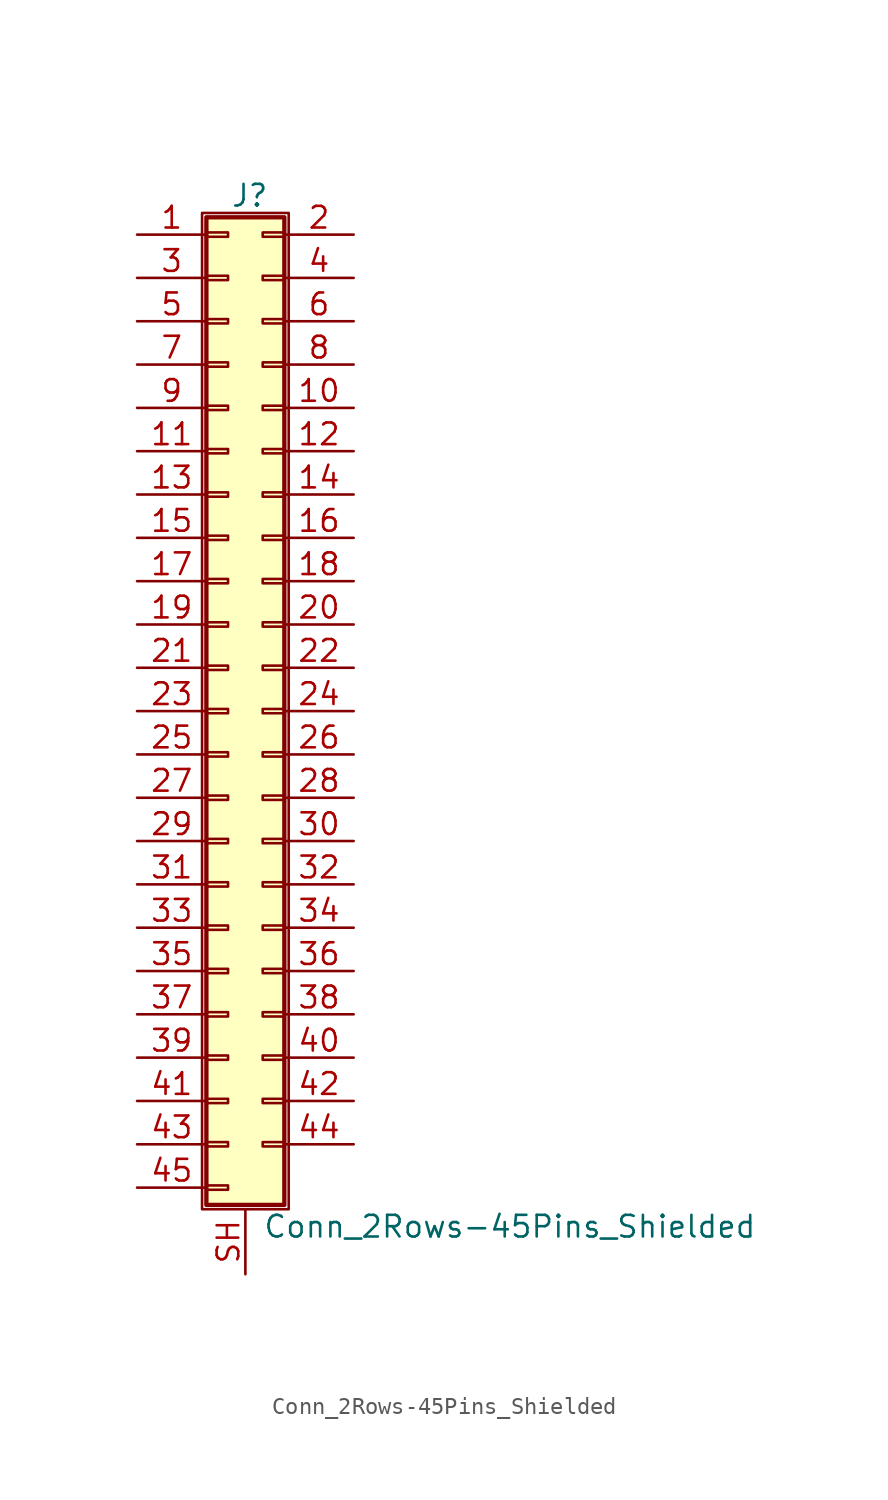
<source format=kicad_sym>
(kicad_symbol_lib
  (version 20201005)
  (generator kicad_symbol_editor)
  (symbol "Conn_2Rows-45Pins_Shielded"
    (pin_names
      (offset 1.016) hide)
    (property "Reference" "J"
      (at 1.524 30.226 0)
      (effects (font (size 1.27 1.27))))
    (property "Value" "Conn_2Rows-45Pins_Shielded"
      (at 2.286 -30.226 0)
      (effects (font (size 1.27 1.27)) (justify left)))
    (symbol "Conn_2Rows-45Pins_Shielded_1_1"
      (rectangle (start -1.27 29.21) (end 3.81 -29.21) (stroke (width 0.152)) (fill (type none)))
      (rectangle (start -1.016 -27.813) (end 0.254 -28.067) (stroke (width 0.152)) (fill (type none)))
      (rectangle (start -1.016 -25.273) (end 0.254 -25.527) (stroke (width 0.152)) (fill (type none)))
      (rectangle (start -1.016 -22.733) (end 0.254 -22.987) (stroke (width 0.152)) (fill (type none)))
      (rectangle (start -1.016 -20.193) (end 0.254 -20.447) (stroke (width 0.152)) (fill (type none)))
      (rectangle (start -1.016 -17.653) (end 0.254 -17.907) (stroke (width 0.152)) (fill (type none)))
      (rectangle (start -1.016 -15.113) (end 0.254 -15.367) (stroke (width 0.152)) (fill (type none)))
      (rectangle (start -1.016 -12.573) (end 0.254 -12.827) (stroke (width 0.152)) (fill (type none)))
      (rectangle (start -1.016 -10.033) (end 0.254 -10.287) (stroke (width 0.152)) (fill (type none)))
      (rectangle (start -1.016 -7.493) (end 0.254 -7.747) (stroke (width 0.152)) (fill (type none)))
      (rectangle (start -1.016 -4.953) (end 0.254 -5.207) (stroke (width 0.152)) (fill (type none)))
      (rectangle (start -1.016 -2.413) (end 0.254 -2.667) (stroke (width 0.152)) (fill (type none)))
      (rectangle (start -1.016 0.127) (end 0.254 -0.127) (stroke (width 0.152)) (fill (type none)))
      (rectangle (start -1.016 2.667) (end 0.254 2.413) (stroke (width 0.152)) (fill (type none)))
      (rectangle (start -1.016 5.207) (end 0.254 4.953) (stroke (width 0.152)) (fill (type none)))
      (rectangle (start -1.016 7.747) (end 0.254 7.493) (stroke (width 0.152)) (fill (type none)))
      (rectangle (start -1.016 10.287) (end 0.254 10.033) (stroke (width 0.152)) (fill (type none)))
      (rectangle (start -1.016 12.827) (end 0.254 12.573) (stroke (width 0.152)) (fill (type none)))
      (rectangle (start -1.016 15.367) (end 0.254 15.113) (stroke (width 0.152)) (fill (type none)))
      (rectangle (start -1.016 17.907) (end 0.254 17.653) (stroke (width 0.152)) (fill (type none)))
      (rectangle (start -1.016 20.447) (end 0.254 20.193) (stroke (width 0.152)) (fill (type none)))
      (rectangle (start -1.016 22.987) (end 0.254 22.733) (stroke (width 0.152)) (fill (type none)))
      (rectangle (start -1.016 25.527) (end 0.254 25.273) (stroke (width 0.152)) (fill (type none)))
      (rectangle (start -1.016 28.067) (end 0.254 27.813) (stroke (width 0.152)) (fill (type none)))
      (rectangle (start -1.016 28.956) (end 3.556 -28.956) (stroke (width 0.254)) (fill (type background)))
      (rectangle (start 3.556 -25.273) (end 2.286 -25.527) (stroke (width 0.152)) (fill (type none)))
      (rectangle (start 3.556 -22.733) (end 2.286 -22.987) (stroke (width 0.152)) (fill (type none)))
      (rectangle (start 3.556 -20.193) (end 2.286 -20.447) (stroke (width 0.152)) (fill (type none)))
      (rectangle (start 3.556 -17.653) (end 2.286 -17.907) (stroke (width 0.152)) (fill (type none)))
      (rectangle (start 3.556 -15.113) (end 2.286 -15.367) (stroke (width 0.152)) (fill (type none)))
      (rectangle (start 3.556 -12.573) (end 2.286 -12.827) (stroke (width 0.152)) (fill (type none)))
      (rectangle (start 3.556 -10.033) (end 2.286 -10.287) (stroke (width 0.152)) (fill (type none)))
      (rectangle (start 3.556 -7.493) (end 2.286 -7.747) (stroke (width 0.152)) (fill (type none)))
      (rectangle (start 3.556 -4.953) (end 2.286 -5.207) (stroke (width 0.152)) (fill (type none)))
      (rectangle (start 3.556 -2.413) (end 2.286 -2.667) (stroke (width 0.152)) (fill (type none)))
      (rectangle (start 3.556 0.127) (end 2.286 -0.127) (stroke (width 0.152)) (fill (type none)))
      (rectangle (start 3.556 2.667) (end 2.286 2.413) (stroke (width 0.152)) (fill (type none)))
      (rectangle (start 3.556 5.207) (end 2.286 4.953) (stroke (width 0.152)) (fill (type none)))
      (rectangle (start 3.556 7.747) (end 2.286 7.493) (stroke (width 0.152)) (fill (type none)))
      (rectangle (start 3.556 10.287) (end 2.286 10.033) (stroke (width 0.152)) (fill (type none)))
      (rectangle (start 3.556 12.827) (end 2.286 12.573) (stroke (width 0.152)) (fill (type none)))
      (rectangle (start 3.556 15.367) (end 2.286 15.113) (stroke (width 0.152)) (fill (type none)))
      (rectangle (start 3.556 17.907) (end 2.286 17.653) (stroke (width 0.152)) (fill (type none)))
      (rectangle (start 3.556 20.447) (end 2.286 20.193) (stroke (width 0.152)) (fill (type none)))
      (rectangle (start 3.556 22.987) (end 2.286 22.733) (stroke (width 0.152)) (fill (type none)))
      (rectangle (start 3.556 25.527) (end 2.286 25.273) (stroke (width 0.152)) (fill (type none)))
      (rectangle (start 3.556 28.067) (end 2.286 27.813) (stroke (width 0.152)) (fill (type none)))
      (pin passive line (at -5.08 27.94 0) (length 4.064) (name "Pin_1" (effects (font (size 1.27 1.27)))) (number "1" (effects (font (size 1.27 1.27)))))
      (pin passive line (at 7.62 17.78 180) (length 4.064) (name "Pin_10" (effects (font (size 1.27 1.27)))) (number "10" (effects (font (size 1.27 1.27)))))
      (pin passive line (at -5.08 15.24 0) (length 4.064) (name "Pin_11" (effects (font (size 1.27 1.27)))) (number "11" (effects (font (size 1.27 1.27)))))
      (pin passive line (at 7.62 15.24 180) (length 4.064) (name "Pin_12" (effects (font (size 1.27 1.27)))) (number "12" (effects (font (size 1.27 1.27)))))
      (pin passive line (at -5.08 12.7 0) (length 4.064) (name "Pin_13" (effects (font (size 1.27 1.27)))) (number "13" (effects (font (size 1.27 1.27)))))
      (pin passive line (at 7.62 12.7 180) (length 4.064) (name "Pin_14" (effects (font (size 1.27 1.27)))) (number "14" (effects (font (size 1.27 1.27)))))
      (pin passive line (at -5.08 10.16 0) (length 4.064) (name "Pin_15" (effects (font (size 1.27 1.27)))) (number "15" (effects (font (size 1.27 1.27)))))
      (pin passive line (at 7.62 10.16 180) (length 4.064) (name "Pin_16" (effects (font (size 1.27 1.27)))) (number "16" (effects (font (size 1.27 1.27)))))
      (pin passive line (at -5.08 7.62 0) (length 4.064) (name "Pin_17" (effects (font (size 1.27 1.27)))) (number "17" (effects (font (size 1.27 1.27)))))
      (pin passive line (at 7.62 7.62 180) (length 4.064) (name "Pin_18" (effects (font (size 1.27 1.27)))) (number "18" (effects (font (size 1.27 1.27)))))
      (pin passive line (at -5.08 5.08 0) (length 4.064) (name "Pin_19" (effects (font (size 1.27 1.27)))) (number "19" (effects (font (size 1.27 1.27)))))
      (pin passive line (at 7.62 27.94 180) (length 4.064) (name "Pin_2" (effects (font (size 1.27 1.27)))) (number "2" (effects (font (size 1.27 1.27)))))
      (pin passive line (at 7.62 5.08 180) (length 4.064) (name "Pin_20" (effects (font (size 1.27 1.27)))) (number "20" (effects (font (size 1.27 1.27)))))
      (pin passive line (at -5.08 2.54 0) (length 4.064) (name "Pin_21" (effects (font (size 1.27 1.27)))) (number "21" (effects (font (size 1.27 1.27)))))
      (pin passive line (at 7.62 2.54 180) (length 4.064) (name "Pin_22" (effects (font (size 1.27 1.27)))) (number "22" (effects (font (size 1.27 1.27)))))
      (pin passive line (at -5.08 0 0) (length 4.064) (name "Pin_23" (effects (font (size 1.27 1.27)))) (number "23" (effects (font (size 1.27 1.27)))))
      (pin passive line (at 7.62 0 180) (length 4.064) (name "Pin_24" (effects (font (size 1.27 1.27)))) (number "24" (effects (font (size 1.27 1.27)))))
      (pin passive line (at -5.08 -2.54 0) (length 4.064) (name "Pin_25" (effects (font (size 1.27 1.27)))) (number "25" (effects (font (size 1.27 1.27)))))
      (pin passive line (at 7.62 -2.54 180) (length 4.064) (name "Pin_26" (effects (font (size 1.27 1.27)))) (number "26" (effects (font (size 1.27 1.27)))))
      (pin passive line (at -5.08 -5.08 0) (length 4.064) (name "Pin_27" (effects (font (size 1.27 1.27)))) (number "27" (effects (font (size 1.27 1.27)))))
      (pin passive line (at 7.62 -5.08 180) (length 4.064) (name "Pin_28" (effects (font (size 1.27 1.27)))) (number "28" (effects (font (size 1.27 1.27)))))
      (pin passive line (at -5.08 -7.62 0) (length 4.064) (name "Pin_29" (effects (font (size 1.27 1.27)))) (number "29" (effects (font (size 1.27 1.27)))))
      (pin passive line (at -5.08 25.4 0) (length 4.064) (name "Pin_3" (effects (font (size 1.27 1.27)))) (number "3" (effects (font (size 1.27 1.27)))))
      (pin passive line (at 7.62 -7.62 180) (length 4.064) (name "Pin_30" (effects (font (size 1.27 1.27)))) (number "30" (effects (font (size 1.27 1.27)))))
      (pin passive line (at -5.08 -10.16 0) (length 4.064) (name "Pin_31" (effects (font (size 1.27 1.27)))) (number "31" (effects (font (size 1.27 1.27)))))
      (pin passive line (at 7.62 -10.16 180) (length 4.064) (name "Pin_32" (effects (font (size 1.27 1.27)))) (number "32" (effects (font (size 1.27 1.27)))))
      (pin passive line (at -5.08 -12.7 0) (length 4.064) (name "Pin_33" (effects (font (size 1.27 1.27)))) (number "33" (effects (font (size 1.27 1.27)))))
      (pin passive line (at 7.62 -12.7 180) (length 4.064) (name "Pin_34" (effects (font (size 1.27 1.27)))) (number "34" (effects (font (size 1.27 1.27)))))
      (pin passive line (at -5.08 -15.24 0) (length 4.064) (name "Pin_35" (effects (font (size 1.27 1.27)))) (number "35" (effects (font (size 1.27 1.27)))))
      (pin passive line (at 7.62 -15.24 180) (length 4.064) (name "Pin_36" (effects (font (size 1.27 1.27)))) (number "36" (effects (font (size 1.27 1.27)))))
      (pin passive line (at -5.08 -17.78 0) (length 4.064) (name "Pin_37" (effects (font (size 1.27 1.27)))) (number "37" (effects (font (size 1.27 1.27)))))
      (pin passive line (at 7.62 -17.78 180) (length 4.064) (name "Pin_38" (effects (font (size 1.27 1.27)))) (number "38" (effects (font (size 1.27 1.27)))))
      (pin passive line (at -5.08 -20.32 0) (length 4.064) (name "Pin_39" (effects (font (size 1.27 1.27)))) (number "39" (effects (font (size 1.27 1.27)))))
      (pin passive line (at 7.62 25.4 180) (length 4.064) (name "Pin_4" (effects (font (size 1.27 1.27)))) (number "4" (effects (font (size 1.27 1.27)))))
      (pin passive line (at 7.62 -20.32 180) (length 4.064) (name "Pin_40" (effects (font (size 1.27 1.27)))) (number "40" (effects (font (size 1.27 1.27)))))
      (pin passive line (at -5.08 -22.86 0) (length 4.064) (name "Pin_41" (effects (font (size 1.27 1.27)))) (number "41" (effects (font (size 1.27 1.27)))))
      (pin passive line (at 7.62 -22.86 180) (length 4.064) (name "Pin_42" (effects (font (size 1.27 1.27)))) (number "42" (effects (font (size 1.27 1.27)))))
      (pin passive line (at -5.08 -25.4 0) (length 4.064) (name "Pin_43" (effects (font (size 1.27 1.27)))) (number "43" (effects (font (size 1.27 1.27)))))
      (pin passive line (at 7.62 -25.4 180) (length 4.064) (name "Pin_44" (effects (font (size 1.27 1.27)))) (number "44" (effects (font (size 1.27 1.27)))))
      (pin passive line (at -5.08 -27.94 0) (length 4.064) (name "Pin_45" (effects (font (size 1.27 1.27)))) (number "45" (effects (font (size 1.27 1.27)))))
      (pin passive line (at -5.08 22.86 0) (length 4.064) (name "Pin_5" (effects (font (size 1.27 1.27)))) (number "5" (effects (font (size 1.27 1.27)))))
      (pin passive line (at 7.62 22.86 180) (length 4.064) (name "Pin_6" (effects (font (size 1.27 1.27)))) (number "6" (effects (font (size 1.27 1.27)))))
      (pin passive line (at -5.08 20.32 0) (length 4.064) (name "Pin_7" (effects (font (size 1.27 1.27)))) (number "7" (effects (font (size 1.27 1.27)))))
      (pin passive line (at 7.62 20.32 180) (length 4.064) (name "Pin_8" (effects (font (size 1.27 1.27)))) (number "8" (effects (font (size 1.27 1.27)))))
      (pin passive line (at -5.08 17.78 0) (length 4.064) (name "Pin_9" (effects (font (size 1.27 1.27)))) (number "9" (effects (font (size 1.27 1.27)))))
      (pin passive line (at 1.27 -33.02 90) (length 3.81) (name "Shield" (effects (font (size 1.27 1.27)))) (number "SH" (effects (font (size 1.27 1.27))))))))
</source>
